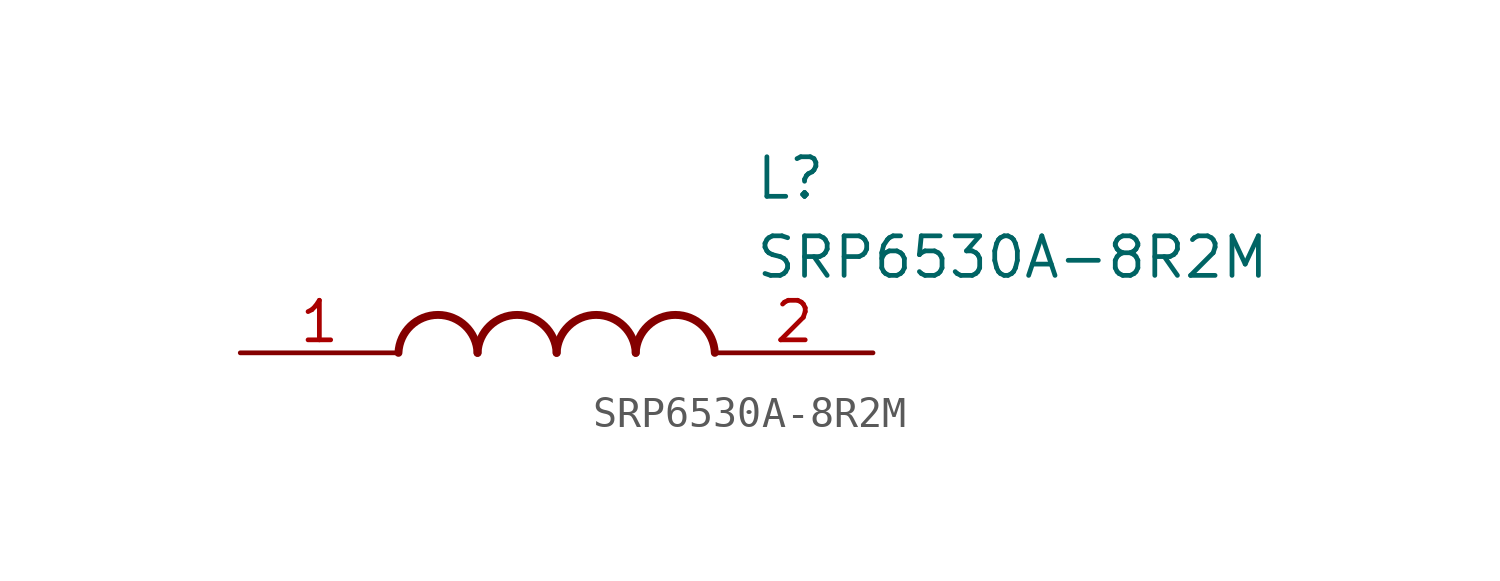
<source format=kicad_sym>
(kicad_symbol_lib
  (version 20211014)
  (generator SamacSys_ECAD_Model)
  (symbol "SRP6530A-8R2M"
    (pin_names hide)
    (property "Reference" "L"
      (at 16.51 6.35 0)
      (effects (font (size 1.27 1.27)) (justify left top)))
    (property "Value" "SRP6530A-8R2M"
      (at 16.51 3.81 0)
      (effects (font (size 1.27 1.27)) (justify left top)))
    (arc
      (start 7.62 0)
      (mid 6.35 1.219)
      (end 5.08 0)
      (stroke (width 0.254) (type default))
      (fill (type none)))
    (arc
      (start 10.16 0)
      (mid 8.89 1.219)
      (end 7.62 0)
      (stroke (width 0.254) (type default))
      (fill (type none)))
    (arc
      (start 12.7 0)
      (mid 11.43 1.219)
      (end 10.16 0)
      (stroke (width 0.254) (type default))
      (fill (type none)))
    (arc
      (start 15.24 0)
      (mid 13.97 1.219)
      (end 12.7 0)
      (stroke (width 0.254) (type default))
      (fill (type none)))
    (pin passive line
      (at 0 0 0)
      (length 5.08)
      (name "1" (effects (font (size 1.27 1.27))))
      (number "1" (effects (font (size 1.27 1.27)))))
    (pin passive line
      (at 20.32 0 180)
      (length 5.08)
      (name "2" (effects (font (size 1.27 1.27))))
      (number "2" (effects (font (size 1.27 1.27)))))))
</source>
